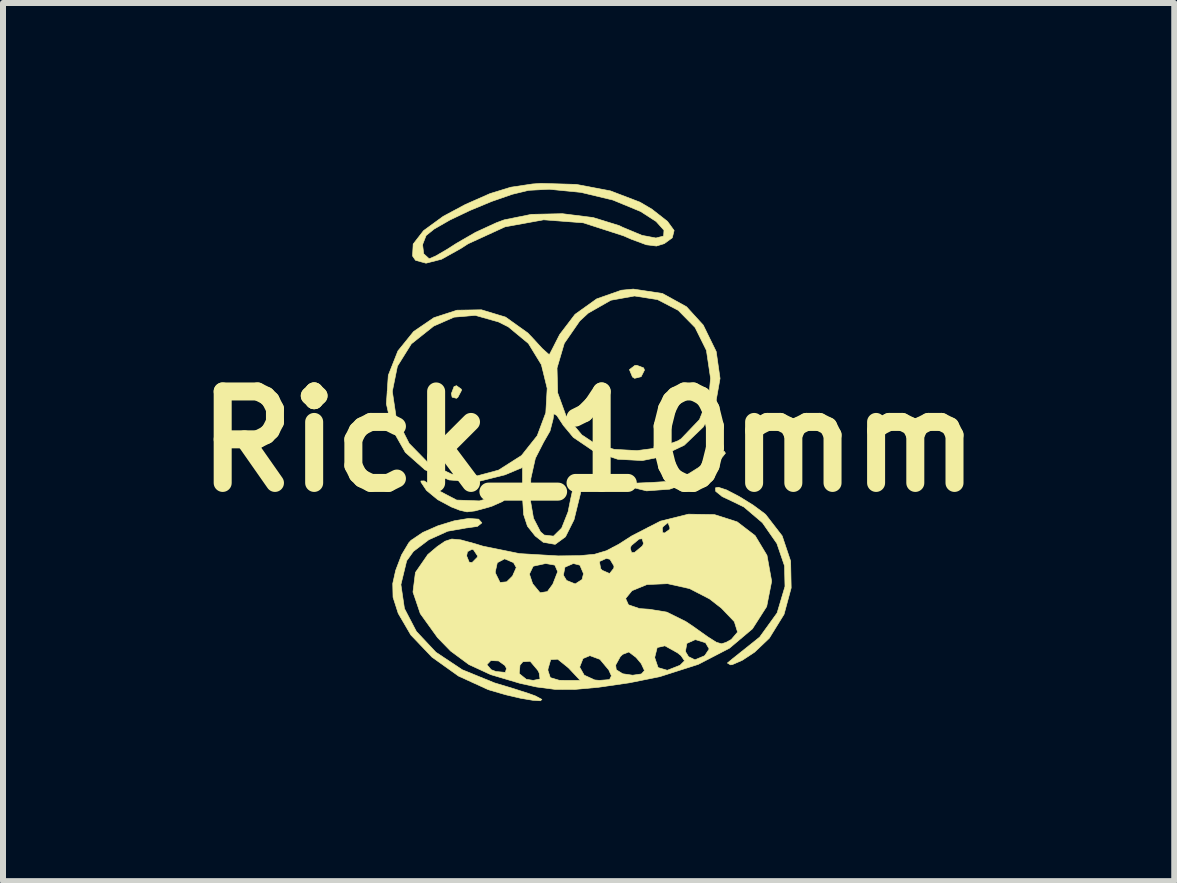
<source format=kicad_pcb>
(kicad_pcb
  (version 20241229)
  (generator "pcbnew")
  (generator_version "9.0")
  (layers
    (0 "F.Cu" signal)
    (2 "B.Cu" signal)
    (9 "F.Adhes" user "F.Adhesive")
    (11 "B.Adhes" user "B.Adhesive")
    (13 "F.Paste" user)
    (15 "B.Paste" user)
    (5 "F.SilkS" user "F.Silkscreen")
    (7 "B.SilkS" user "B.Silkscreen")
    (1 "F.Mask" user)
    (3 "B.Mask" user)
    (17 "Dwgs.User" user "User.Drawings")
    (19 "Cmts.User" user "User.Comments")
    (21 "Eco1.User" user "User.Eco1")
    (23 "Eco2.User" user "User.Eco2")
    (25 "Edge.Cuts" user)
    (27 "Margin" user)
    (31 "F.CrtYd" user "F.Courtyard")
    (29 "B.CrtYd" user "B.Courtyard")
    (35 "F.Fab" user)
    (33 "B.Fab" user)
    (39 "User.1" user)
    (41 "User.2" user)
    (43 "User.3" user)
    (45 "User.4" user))
  (footprint "Rick_10mm"
    (layer "F.Cu")
    (at 6.756 4.306)
    (property "Reference" "Rick_10mm" (at 0 0 0) (layer "F.SilkS") (effects (font (size 1.524 1.524) (thickness 0.3))))
    (attr through_hole)
    (fp_poly (pts (xy -2.119 -0.871) (xy -2.117 -0.852) (xy -2.178 -0.737) (xy -2.201 -0.72) (xy -2.274 -0.739) (xy -2.286 -0.799) (xy -2.242 -0.915) (xy -2.201 -0.931) (xy -2.119 -0.871)) (stroke (width 0.01) (type solid)) (fill yes) (layer "F.SilkS"))
    (fp_poly (pts (xy 0.917 -1.227) (xy 0.931 -1.19) (xy 0.875 -1.08) (xy 0.767 -1.053) (xy 0.731 -1.075) (xy 0.68 -1.198) (xy 0.771 -1.268) (xy 0.804 -1.27) (xy 0.917 -1.227)) (stroke (width 0.01) (type solid)) (fill yes) (layer "F.SilkS"))
    (fp_poly (pts (xy 2.28 0.194) (xy 2.178 0.322) (xy 2.094 0.405) (xy 1.744 0.65) (xy 1.351 0.794) (xy 0.966 0.822) (xy 0.72 0.762) (xy 0.669 0.72) (xy 0.764 0.694) (xy 1.018 0.683) (xy 1.031 0.683) (xy 1.343 0.663) (xy 1.577 0.592) (xy 1.821 0.44) (xy 1.899 0.382) (xy 2.127 0.222) (xy 2.259 0.161) (xy 2.28 0.194)) (stroke (width 0.01) (type solid)) (fill yes) (layer "F.SilkS"))
    (fp_poly (pts (xy -2.597 0.746) (xy -2.525 0.804) (xy -2.198 0.975) (xy -1.819 0.989) (xy -1.503 0.894) (xy -1.379 0.876) (xy -1.355 0.918) (xy -1.428 0.996) (xy -1.61 1.077) (xy -1.672 1.096) (xy -1.893 1.156) (xy -2.026 1.172) (xy -2.145 1.145) (xy -2.284 1.091) (xy -2.514 0.968) (xy -2.7 0.815) (xy -2.792 0.677) (xy -2.794 0.657) (xy -2.738 0.656) (xy -2.597 0.746)) (stroke (width 0.01) (type solid)) (fill yes) (layer "F.SilkS"))
    (fp_poly (pts (xy 2.298 0.806) (xy 2.511 0.917) (xy 2.741 1.059) (xy 2.93 1.199) (xy 2.95 1.216) (xy 3.225 1.572) (xy 3.366 1.992) (xy 3.375 2.439) (xy 3.256 2.879) (xy 3.011 3.276) (xy 2.766 3.509) (xy 2.561 3.644) (xy 2.396 3.716) (xy 2.363 3.72) (xy 2.312 3.69) (xy 2.403 3.615) (xy 2.85 3.258) (xy 3.141 2.855) (xy 3.272 2.414) (xy 3.264 2.071) (xy 3.137 1.699) (xy 2.896 1.353) (xy 2.587 1.09) (xy 2.411 1.004) (xy 2.226 0.917) (xy 2.117 0.829) (xy 2.114 0.771) (xy 2.163 0.762) (xy 2.298 0.806)) (stroke (width 0.01) (type solid)) (fill yes) (layer "F.SilkS"))
    (fp_poly (pts (xy -1.832 1.293) (xy -1.778 1.355) (xy -1.852 1.414) (xy -2.029 1.439) (xy -2.035 1.439) (xy -2.347 1.494) (xy -2.662 1.636) (xy -2.918 1.83) (xy -3.031 1.987) (xy -3.127 2.383) (xy -3.068 2.782) (xy -2.869 3.164) (xy -2.544 3.51) (xy -2.105 3.802) (xy -1.567 4.021) (xy -1.53 4.032) (xy -1.239 4.12) (xy -0.994 4.199) (xy -0.889 4.237) (xy -0.778 4.296) (xy -0.801 4.319) (xy -0.929 4.311) (xy -1.132 4.277) (xy -1.38 4.219) (xy -1.642 4.143) (xy -1.678 4.131) (xy -2.168 3.907) (xy -2.609 3.592) (xy -2.962 3.222) (xy -3.172 2.862) (xy -3.258 2.594) (xy -3.263 2.366) (xy -3.214 2.146) (xy -3.116 1.889) (xy -2.995 1.686) (xy -2.959 1.647) (xy -2.763 1.515) (xy -2.508 1.403) (xy -2.24 1.321) (xy -2 1.281) (xy -1.832 1.293)) (stroke (width 0.01) (type solid)) (fill yes) (layer "F.SilkS"))
    (fp_poly (pts (xy -0.204 -4.284) (xy 0.364 -4.176) (xy 0.856 -3.988) (xy 1.056 -3.87) (xy 1.314 -3.668) (xy 1.425 -3.516) (xy 1.394 -3.394) (xy 1.261 -3.297) (xy 1.13 -3.257) (xy 0.962 -3.278) (xy 0.711 -3.371) (xy 0.58 -3.428) (xy -0.089 -3.644) (xy -0.749 -3.694) (xy -1.392 -3.577) (xy -2.007 -3.295) (xy -2.131 -3.215) (xy -2.45 -3.037) (xy -2.709 -2.971) (xy -2.883 -3.019) (xy -2.933 -3.091) (xy -2.923 -3.281) (xy -2.766 -3.281) (xy -2.747 -3.128) (xy -2.66 -3.049) (xy -2.648 -3.048) (xy -2.546 -3.092) (xy -2.354 -3.204) (xy -2.201 -3.302) (xy -1.884 -3.485) (xy -1.534 -3.646) (xy -1.407 -3.693) (xy -0.953 -3.785) (xy -0.436 -3.796) (xy 0.075 -3.732) (xy 0.511 -3.597) (xy 0.568 -3.569) (xy 0.89 -3.435) (xy 1.122 -3.391) (xy 1.25 -3.424) (xy 1.256 -3.52) (xy 1.125 -3.666) (xy 0.868 -3.832) (xy 0.406 -4.023) (xy -0.127 -4.151) (xy -0.657 -4.203) (xy -0.999 -4.185) (xy -1.272 -4.119) (xy -1.612 -4.001) (xy -1.974 -3.851) (xy -2.31 -3.691) (xy -2.573 -3.54) (xy -2.707 -3.432) (xy -2.766 -3.281) (xy -2.923 -3.281) (xy -2.922 -3.291) (xy -2.75 -3.513) (xy -2.422 -3.752) (xy -2.054 -3.949) (xy -1.644 -4.13) (xy -1.297 -4.237) (xy -0.936 -4.291) (xy -0.793 -4.301) (xy -0.204 -4.284)) (stroke (width 0.01) (type solid)) (fill yes) (layer "F.SilkS"))
    (fp_poly (pts (xy 1.23 -2.467) (xy 1.631 -2.246) (xy 1.91 -1.94) (xy 2.126 -1.499) (xy 2.19 -1.051) (xy 2.114 -0.623) (xy 1.911 -0.243) (xy 1.594 0.061) (xy 1.175 0.261) (xy 0.895 0.317) (xy 0.484 0.295) (xy 0.081 0.158) (xy -0.255 -0.07) (xy -0.421 -0.269) (xy -0.53 -0.435) (xy -0.58 -0.462) (xy -0.592 -0.371) (xy -0.643 -0.174) (xy -0.749 0.01) (xy -0.887 0.28) (xy -0.962 0.615) (xy -0.972 0.964) (xy -0.918 1.278) (xy -0.801 1.504) (xy -0.739 1.558) (xy -0.585 1.576) (xy -0.449 1.442) (xy -0.342 1.172) (xy -0.298 0.953) (xy -0.249 0.733) (xy -0.189 0.606) (xy -0.166 0.593) (xy -0.127 0.665) (xy -0.132 0.842) (xy -0.136 0.868) (xy -0.243 1.303) (xy -0.385 1.587) (xy -0.557 1.713) (xy -0.755 1.679) (xy -0.89 1.573) (xy -1.019 1.41) (xy -1.083 1.215) (xy -1.101 0.923) (xy -1.101 0.897) (xy -1.101 0.432) (xy -1.394 0.555) (xy -1.87 0.674) (xy -2.323 0.64) (xy -2.726 0.471) (xy -3.053 0.181) (xy -3.277 -0.214) (xy -3.369 -0.629) (xy -3.355 -0.835) (xy -3.27 -0.835) (xy -3.204 -0.393) (xy -2.99 0.031) (xy -2.668 0.36) (xy -2.281 0.543) (xy -1.856 0.572) (xy -1.5 0.476) (xy -1.118 0.233) (xy -0.856 -0.097) (xy -0.713 -0.48) (xy -0.69 -0.886) (xy -0.773 -1.225) (xy -0.526 -1.225) (xy -0.515 -0.811) (xy -0.376 -0.428) (xy -0.113 -0.111) (xy 0.11 0.037) (xy 0.425 0.13) (xy 0.808 0.151) (xy 1.187 0.101) (xy 1.493 -0.014) (xy 1.542 -0.046) (xy 1.847 -0.365) (xy 2.005 -0.761) (xy 2.032 -1.054) (xy 1.963 -1.519) (xy 1.774 -1.9) (xy 1.493 -2.186) (xy 1.148 -2.365) (xy 0.764 -2.425) (xy 0.371 -2.354) (xy -0.006 -2.139) (xy -0.147 -2.009) (xy -0.405 -1.636) (xy -0.526 -1.225) (xy -0.773 -1.225) (xy -0.787 -1.281) (xy -1.003 -1.634) (xy -1.338 -1.911) (xy -1.502 -1.993) (xy -1.888 -2.102) (xy -2.241 -2.072) (xy -2.581 -1.923) (xy -2.953 -1.627) (xy -3.185 -1.255) (xy -3.27 -0.835) (xy -3.355 -0.835) (xy -3.337 -1.104) (xy -3.177 -1.509) (xy -2.915 -1.833) (xy -2.578 -2.063) (xy -2.193 -2.188) (xy -1.786 -2.195) (xy -1.383 -2.073) (xy -1.013 -1.809) (xy -0.93 -1.722) (xy -0.774 -1.552) (xy -0.671 -1.459) (xy -0.651 -1.452) (xy -0.606 -1.539) (xy -0.514 -1.72) (xy -0.482 -1.783) (xy -0.226 -2.119) (xy 0.135 -2.377) (xy 0.545 -2.521) (xy 0.745 -2.54) (xy 1.23 -2.467)) (stroke (width 0.01) (type solid)) (fill yes) (layer "F.SilkS"))
    (fp_poly (pts (xy 2.097 1.217) (xy 2.475 1.338) (xy 2.774 1.567) (xy 2.972 1.896) (xy 3.048 2.318) (xy 3.048 2.337) (xy 2.967 2.749) (xy 2.73 3.12) (xy 2.347 3.443) (xy 1.828 3.712) (xy 1.184 3.918) (xy 0.677 4.02) (xy 0.165 4.094) (xy -0.231 4.13) (xy -0.56 4.129) (xy -0.868 4.089) (xy -1.143 4.028) (xy -1.628 3.884) (xy -1.668 3.866) (xy -1.156 3.866) (xy -1.038 3.961) (xy -0.923 3.979) (xy -0.809 3.956) (xy -0.823 3.857) (xy -0.844 3.815) (xy -0.677 3.815) (xy -0.638 3.933) (xy -0.491 3.977) (xy -0.409 3.979) (xy -0.14 3.979) (xy -0.336 3.77) (xy -0.351 3.758) (xy -0.149 3.758) (xy -0.073 3.892) (xy 0.102 3.972) (xy 0.181 3.979) (xy 0.349 3.966) (xy 0.38 3.903) (xy 0.336 3.805) (xy 0.268 3.724) (xy 0.451 3.724) (xy 0.461 3.802) (xy 0.569 3.869) (xy 0.734 3.893) (xy 0.88 3.872) (xy 0.931 3.816) (xy 0.877 3.7) (xy 0.792 3.598) (xy 1.101 3.598) (xy 1.158 3.766) (xy 1.311 3.811) (xy 1.524 3.727) (xy 1.598 3.653) (xy 1.54 3.567) (xy 1.481 3.52) (xy 1.442 3.498) (xy 1.613 3.498) (xy 1.665 3.584) (xy 1.772 3.636) (xy 1.923 3.573) (xy 1.937 3.564) (xy 2.009 3.456) (xy 1.948 3.352) (xy 1.786 3.302) (xy 1.773 3.302) (xy 1.637 3.363) (xy 1.613 3.498) (xy 1.442 3.498) (xy 1.271 3.403) (xy 1.143 3.432) (xy 1.101 3.598) (xy 0.792 3.598) (xy 0.671 3.506) (xy 0.569 3.545) (xy 0.528 3.584) (xy 0.451 3.724) (xy 0.268 3.724) (xy 0.189 3.629) (xy 0.022 3.567) (xy -0.093 3.615) (xy -0.149 3.758) (xy -0.351 3.758) (xy -0.515 3.626) (xy -0.631 3.633) (xy -0.677 3.791) (xy -0.677 3.815) (xy -0.844 3.815) (xy -0.847 3.81) (xy -0.973 3.661) (xy -1.095 3.669) (xy -1.143 3.725) (xy -1.156 3.866) (xy -1.668 3.866) (xy -1.986 3.719) (xy -1.693 3.719) (xy -1.623 3.801) (xy -1.545 3.831) (xy -1.387 3.846) (xy -1.368 3.78) (xy -1.394 3.731) (xy -1.5 3.655) (xy -1.629 3.649) (xy -1.693 3.716) (xy -1.693 3.719) (xy -1.986 3.719) (xy -1.996 3.714) (xy -2.299 3.49) (xy -2.517 3.266) (xy -2.804 2.867) (xy -2.889 2.615) (xy 0.617 2.615) (xy 0.664 2.72) (xy 0.849 2.783) (xy 1.012 2.794) (xy 1.304 2.842) (xy 1.62 2.999) (xy 1.748 3.085) (xy 1.986 3.254) (xy 2.128 3.344) (xy 2.215 3.37) (xy 2.292 3.345) (xy 2.377 3.298) (xy 2.482 3.175) (xy 2.428 3.001) (xy 2.214 2.777) (xy 2.015 2.622) (xy 1.682 2.45) (xy 1.315 2.368) (xy 0.971 2.383) (xy 0.723 2.485) (xy 0.617 2.615) (xy -2.889 2.615) (xy -2.926 2.507) (xy -2.885 2.18) (xy -2.879 2.173) (xy -1.555 2.173) (xy -1.55 2.196) (xy -1.475 2.348) (xy -1.365 2.337) (xy -1.267 2.24) (xy -1.253 2.208) (xy -0.986 2.208) (xy -0.932 2.369) (xy -0.808 2.519) (xy -0.687 2.5) (xy -0.596 2.376) (xy -0.538 2.227) (xy -0.42 2.227) (xy -0.367 2.314) (xy -0.223 2.372) (xy -0.109 2.299) (xy -0.085 2.201) (xy -0.145 2.06) (xy -0.254 2.032) (xy -0.394 2.093) (xy -0.42 2.227) (xy -0.538 2.227) (xy -0.515 2.168) (xy -0.562 2.059) (xy -0.715 2.032) (xy -0.923 2.077) (xy -0.986 2.208) (xy -1.253 2.208) (xy -1.205 2.099) (xy -1.251 2.017) (xy -1.294 1.999) (xy 0.18 1.999) (xy 0.201 2.116) (xy 0.226 2.145) (xy 0.35 2.199) (xy 0.42 2.111) (xy 0.423 2.074) (xy 0.356 1.962) (xy 0.296 1.947) (xy 0.18 1.999) (xy -1.294 1.999) (xy -1.399 1.954) (xy -1.521 2.019) (xy -1.555 2.173) (xy -2.879 2.173) (xy -2.694 1.905) (xy -2.032 1.905) (xy -1.989 2.01) (xy -1.941 2.016) (xy -1.854 1.928) (xy -1.85 1.905) (xy -1.916 1.806) (xy -1.941 1.794) (xy -2.018 1.835) (xy -2.032 1.905) (xy -2.694 1.905) (xy -2.679 1.883) (xy -2.522 1.75) (xy -2.392 1.661) (xy -2.279 1.624) (xy -2.13 1.638) (xy -1.894 1.702) (xy -1.76 1.743) (xy -1.151 1.867) (xy -0.508 1.905) (xy -0.149 1.901) (xy 0.099 1.878) (xy 0.297 1.819) (xy 0.385 1.773) (xy 0.693 1.773) (xy 0.716 1.851) (xy 0.767 1.847) (xy 0.896 1.74) (xy 0.915 1.699) (xy 0.892 1.62) (xy 0.841 1.625) (xy 0.713 1.732) (xy 0.693 1.773) (xy 0.385 1.773) (xy 0.504 1.71) (xy 0.719 1.572) (xy 0.977 1.439) (xy 1.228 1.439) (xy 1.234 1.517) (xy 1.265 1.524) (xy 1.351 1.463) (xy 1.355 1.439) (xy 1.326 1.357) (xy 1.317 1.355) (xy 1.245 1.414) (xy 1.228 1.439) (xy 0.977 1.439) (xy 1.197 1.326) (xy 1.664 1.21) (xy 2.097 1.217)) (stroke (width 0.01) (type solid)) (fill yes) (layer "F.SilkS")))
  (gr_rect
    (start -3 -3)
    (end 16.513 11.63)
    (stroke (width 0.1) (type default))
    (fill no)
    (layer "Edge.Cuts")))
</source>
